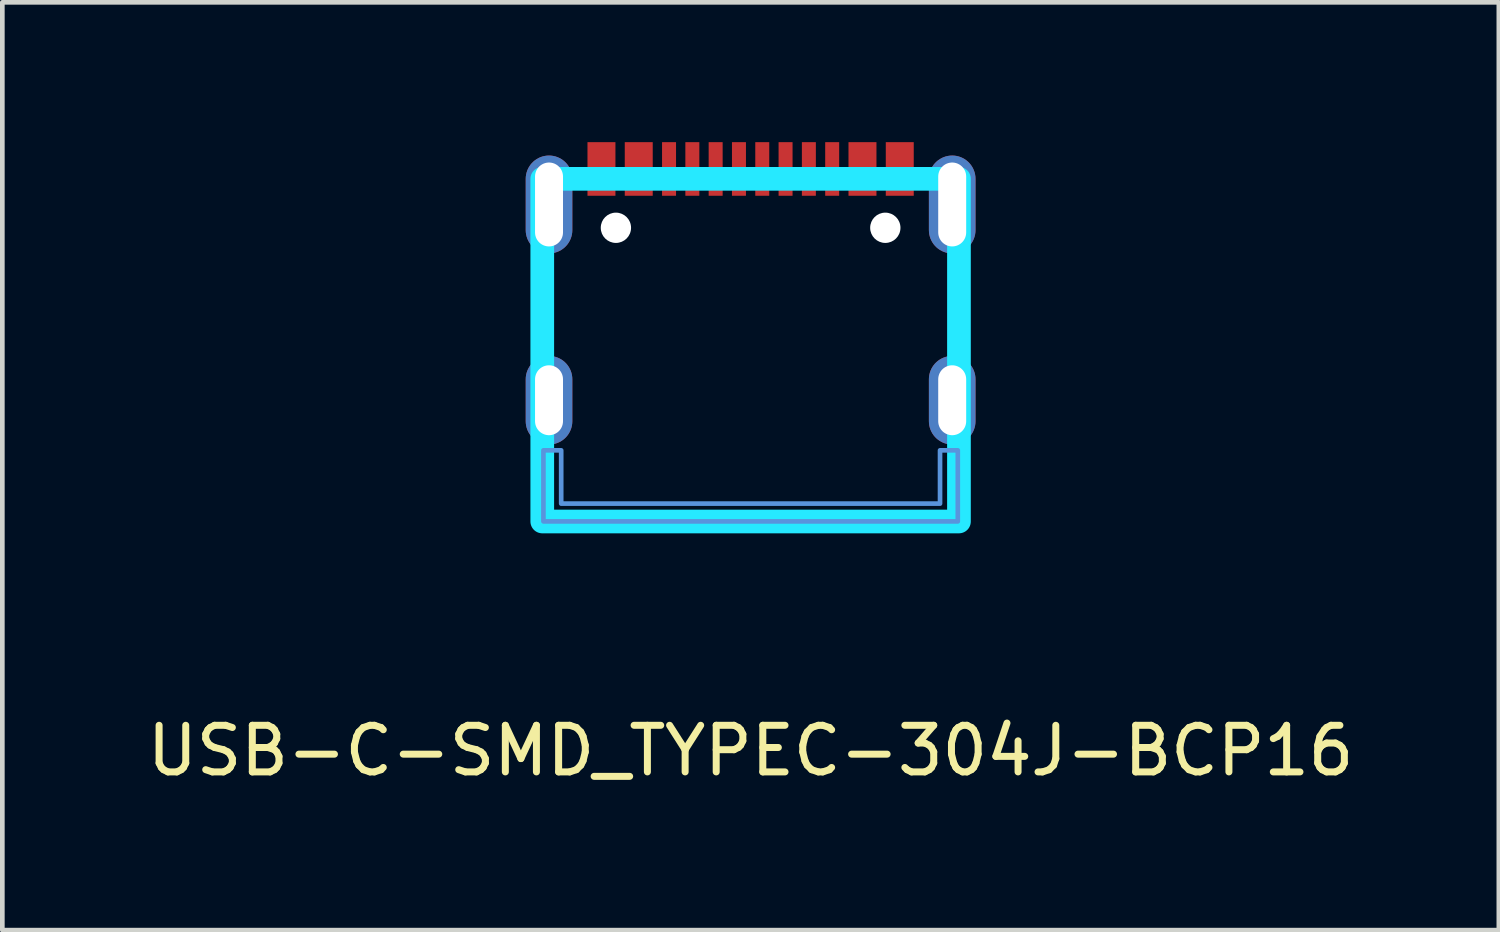
<source format=kicad_pcb>
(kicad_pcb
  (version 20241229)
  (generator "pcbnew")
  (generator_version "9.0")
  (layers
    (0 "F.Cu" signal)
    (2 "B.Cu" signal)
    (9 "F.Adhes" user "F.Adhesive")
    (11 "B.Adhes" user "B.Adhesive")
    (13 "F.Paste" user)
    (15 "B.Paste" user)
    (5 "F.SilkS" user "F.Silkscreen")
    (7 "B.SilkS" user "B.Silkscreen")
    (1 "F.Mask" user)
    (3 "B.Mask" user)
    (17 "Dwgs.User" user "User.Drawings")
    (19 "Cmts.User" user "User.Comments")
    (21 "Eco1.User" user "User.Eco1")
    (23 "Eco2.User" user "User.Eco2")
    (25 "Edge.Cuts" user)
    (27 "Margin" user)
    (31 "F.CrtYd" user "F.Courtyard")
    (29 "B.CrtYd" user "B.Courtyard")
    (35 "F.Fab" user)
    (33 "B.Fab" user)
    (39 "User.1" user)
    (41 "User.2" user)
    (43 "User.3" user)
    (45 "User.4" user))
  (footprint "USB-C-SMD_TYPEC-304J-BCP16"
    (layer "F.Cu")
    (at 13.054 3.056)
    (property "Reference" "USB-C-SMD_TYPEC-304J-BCP16" (at 0 10 0) (layer "F.SilkS") (effects (font (size 1 1) (thickness 0.15))))
    (attr through_hole)
    (fp_line (start -4.4 1.304) (end -4.4 -0.441) (stroke (width 0.254) (type solid)) (layer "F.SilkS"))
    (fp_line (start -4.4 5.081) (end -4.4 3.659) (stroke (width 0.254) (type solid)) (layer "F.SilkS"))
    (fp_line (start -4.4 5.081) (end 4.4 5.081) (stroke (width 0.254) (type solid)) (layer "F.SilkS"))
    (fp_line (start 4.4 1.304) (end 4.4 -0.441) (stroke (width 0.254) (type solid)) (layer "F.SilkS"))
    (fp_line (start 4.4 5.081) (end 4.4 3.659) (stroke (width 0.254) (type solid)) (layer "F.SilkS"))
    (fp_poly (pts (xy -3.5 -3.056) (xy -2.9 -3.056) (xy -2.9 -1.906) (xy -3.5 -1.906)) (stroke (width 0) (type solid)) (fill yes) (layer "F.Paste"))
    (fp_poly (pts (xy -2.7 -3.056) (xy -2.1 -3.056) (xy -2.1 -1.906) (xy -2.7 -1.906)) (stroke (width 0) (type solid)) (fill yes) (layer "F.Paste"))
    (fp_poly (pts (xy -1.9 -3.056) (xy -1.6 -3.056) (xy -1.6 -1.906) (xy -1.9 -1.906)) (stroke (width 0) (type solid)) (fill yes) (layer "F.Paste"))
    (fp_poly (pts (xy -1.4 -3.056) (xy -1.1 -3.056) (xy -1.1 -1.906) (xy -1.4 -1.906)) (stroke (width 0) (type solid)) (fill yes) (layer "F.Paste"))
    (fp_poly (pts (xy -0.9 -3.056) (xy -0.6 -3.056) (xy -0.6 -1.906) (xy -0.9 -1.906)) (stroke (width 0) (type solid)) (fill yes) (layer "F.Paste"))
    (fp_poly (pts (xy -0.4 -3.056) (xy -0.1 -3.056) (xy -0.1 -1.906) (xy -0.4 -1.906)) (stroke (width 0) (type solid)) (fill yes) (layer "F.Paste"))
    (fp_poly (pts (xy 0.1 -3.056) (xy 0.4 -3.056) (xy 0.4 -1.906) (xy 0.1 -1.906)) (stroke (width 0) (type solid)) (fill yes) (layer "F.Paste"))
    (fp_poly (pts (xy 0.6 -3.056) (xy 0.9 -3.056) (xy 0.9 -1.906) (xy 0.6 -1.906)) (stroke (width 0) (type solid)) (fill yes) (layer "F.Paste"))
    (fp_poly (pts (xy 1.1 -3.056) (xy 1.4 -3.056) (xy 1.4 -1.906) (xy 1.1 -1.906)) (stroke (width 0) (type solid)) (fill yes) (layer "F.Paste"))
    (fp_poly (pts (xy 1.6 -3.056) (xy 1.9 -3.056) (xy 1.9 -1.906) (xy 1.6 -1.906)) (stroke (width 0) (type solid)) (fill yes) (layer "F.Paste"))
    (fp_poly (pts (xy 2.1 -3.056) (xy 2.7 -3.056) (xy 2.7 -1.906) (xy 2.1 -1.906)) (stroke (width 0) (type solid)) (fill yes) (layer "F.Paste"))
    (fp_poly (pts (xy 2.9 -3.056) (xy 3.5 -3.056) (xy 3.5 -1.906) (xy 2.9 -1.906)) (stroke (width 0) (type solid)) (fill yes) (layer "F.Paste"))
    (fp_circle (center -2.89 -1.219) (end -2.89 -1.069) (stroke (width 0.3) (type solid)) (fill no) (layer "Cmts.User"))
    (fp_circle (center 2.89 -1.219) (end 2.89 -1.069) (stroke (width 0.3) (type solid)) (fill no) (layer "Cmts.User"))
    (fp_poly (pts (xy -4.445 3.556) (xy -4.445 5.08) (xy 4.445 5.08) (xy 4.445 3.556) (xy 4.064 3.556) (xy 4.064 4.699) (xy -4.064 4.699) (xy -4.064 3.556)) (stroke (width 0.1) (type solid)) (fill no) (layer "Cmts.User"))
    (fp_poly (pts (xy -4.47 5.082) (xy -4.47 -2.269) (xy 4.47 -2.269) (xy 4.47 5.082)) (stroke (width 0.508) (type solid)) (fill no) (layer "B.CrtYd"))
    (pad "" np_thru_hole circle (at -2.89 -1.219) (size 0.65 0.65) (drill 0.65) (layers "*.Cu" "*.Mask"))
    (pad "" np_thru_hole circle (at 2.89 -1.219) (size 0.65 0.65) (drill 0.65) (layers "*.Cu" "*.Mask"))
    (pad "13" thru_hole oval (at -4.325 -1.719) (size 1 2.1) (drill oval 0.6 1.8) (layers "*.Cu" "*.Mask"))
    (pad "14" thru_hole oval (at 4.325 -1.719) (size 1 2.1) (drill oval 0.6 1.8) (layers "*.Cu" "*.Mask"))
    (pad "15" thru_hole oval (at -4.325 2.481) (size 1 1.9) (drill oval 0.6 1.5) (layers "*.Cu" "*.Mask"))
    (pad "16" thru_hole oval (at 4.325 2.481) (size 1 1.9) (drill oval 0.6 1.5) (layers "*.Cu" "*.Mask"))
    (pad "A1B12" smd rect (at -3.2 -2.481) (size 0.6 1.15) (layers "F.Cu" "F.Mask" "F.Paste"))
    (pad "A4B9" smd rect (at -2.4 -2.481) (size 0.6 1.15) (layers "F.Cu" "F.Mask" "F.Paste"))
    (pad "A5" smd rect (at -1.25 -2.481) (size 0.3 1.15) (layers "F.Cu" "F.Mask" "F.Paste"))
    (pad "A6" smd rect (at -0.25 -2.481) (size 0.3 1.15) (layers "F.Cu" "F.Mask" "F.Paste"))
    (pad "A7" smd rect (at 0.25 -2.481) (size 0.3 1.15) (layers "F.Cu" "F.Mask" "F.Paste"))
    (pad "A8" smd rect (at 1.25 -2.481) (size 0.3 1.15) (layers "F.Cu" "F.Mask" "F.Paste"))
    (pad "B1A12" smd rect (at 3.2 -2.481) (size 0.6 1.15) (layers "F.Cu" "F.Mask" "F.Paste"))
    (pad "B4A9" smd rect (at 2.4 -2.481) (size 0.6 1.15) (layers "F.Cu" "F.Mask" "F.Paste"))
    (pad "B5" smd rect (at 1.75 -2.481) (size 0.3 1.15) (layers "F.Cu" "F.Mask" "F.Paste"))
    (pad "B6" smd rect (at 0.75 -2.481) (size 0.3 1.15) (layers "F.Cu" "F.Mask" "F.Paste"))
    (pad "B7" smd rect (at -0.75 -2.481) (size 0.3 1.15) (layers "F.Cu" "F.Mask" "F.Paste"))
    (pad "B8" smd rect (at -1.75 -2.481) (size 0.3 1.15) (layers "F.Cu" "F.Mask" "F.Paste")))
  (gr_rect
    (start -3 -3)
    (end 29.107 16.905)
    (stroke (width 0.1) (type default))
    (fill no)
    (layer "Edge.Cuts")))
</source>
